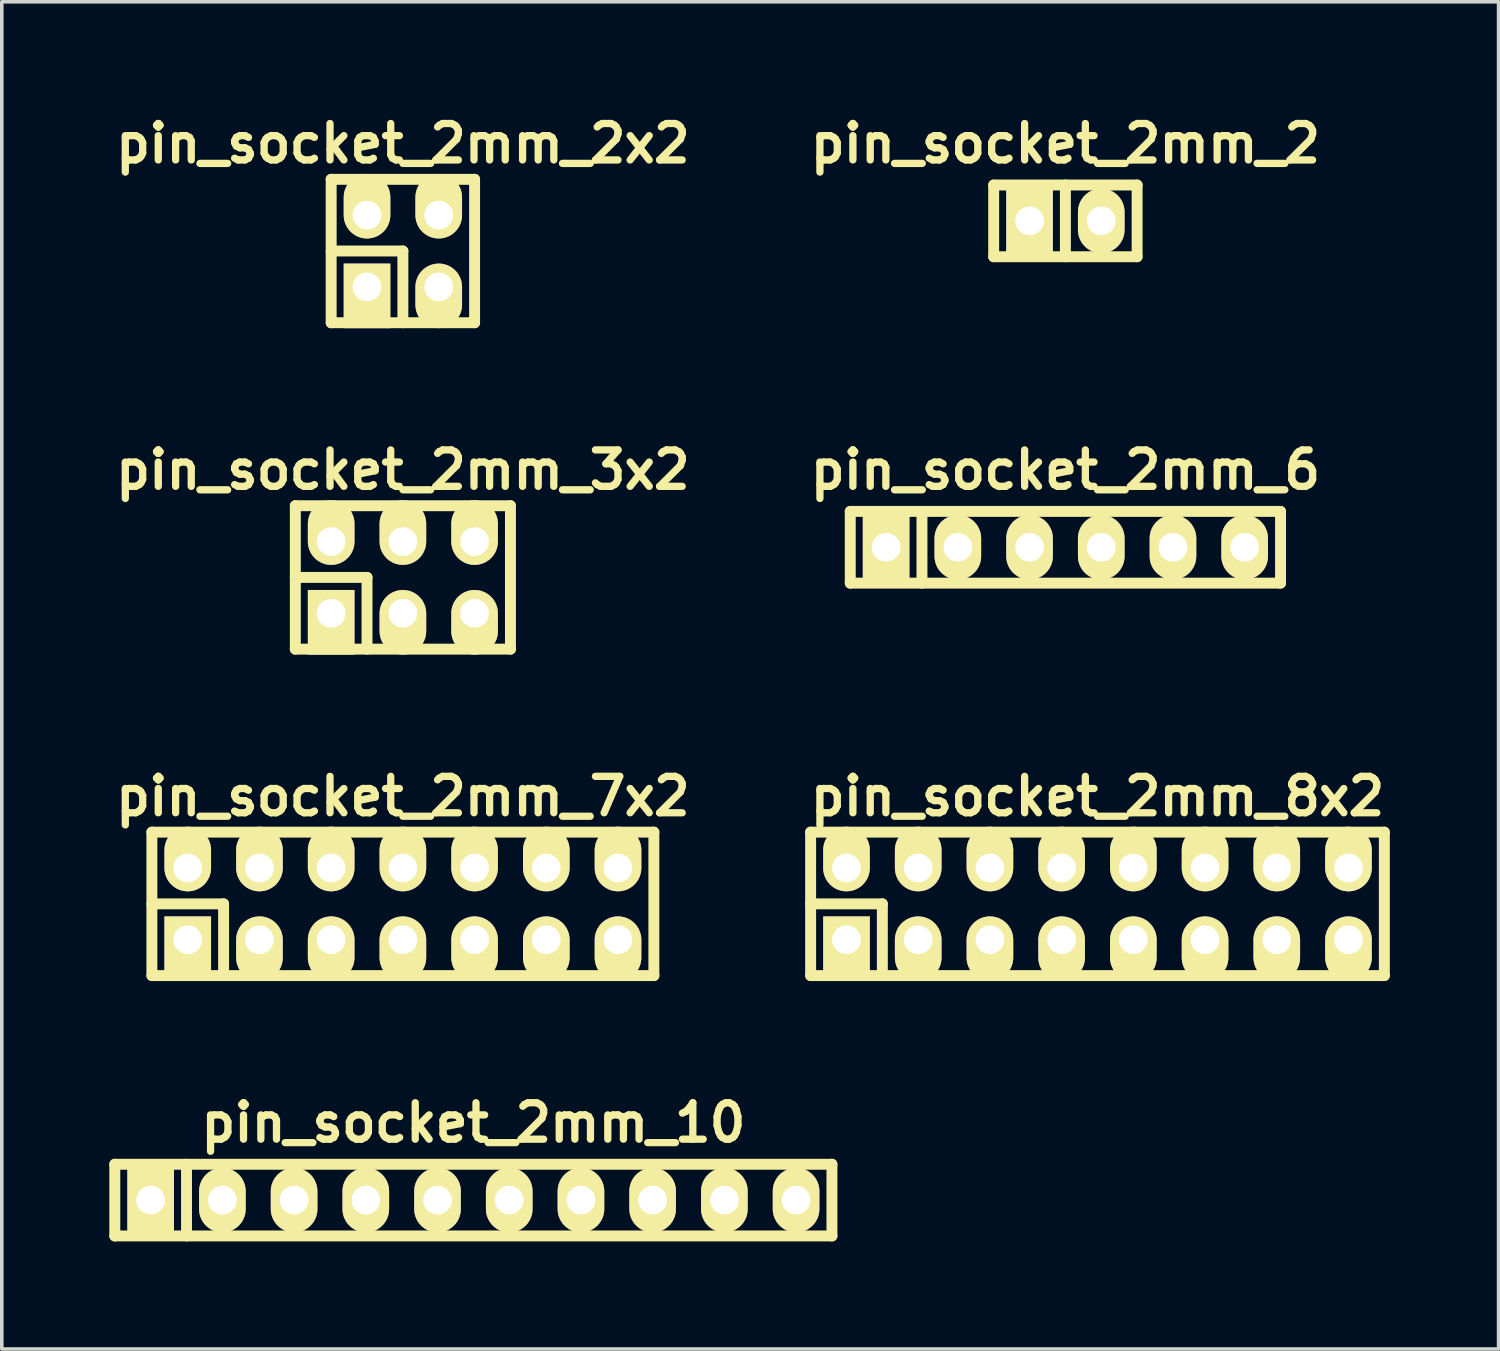
<source format=kicad_pcb>
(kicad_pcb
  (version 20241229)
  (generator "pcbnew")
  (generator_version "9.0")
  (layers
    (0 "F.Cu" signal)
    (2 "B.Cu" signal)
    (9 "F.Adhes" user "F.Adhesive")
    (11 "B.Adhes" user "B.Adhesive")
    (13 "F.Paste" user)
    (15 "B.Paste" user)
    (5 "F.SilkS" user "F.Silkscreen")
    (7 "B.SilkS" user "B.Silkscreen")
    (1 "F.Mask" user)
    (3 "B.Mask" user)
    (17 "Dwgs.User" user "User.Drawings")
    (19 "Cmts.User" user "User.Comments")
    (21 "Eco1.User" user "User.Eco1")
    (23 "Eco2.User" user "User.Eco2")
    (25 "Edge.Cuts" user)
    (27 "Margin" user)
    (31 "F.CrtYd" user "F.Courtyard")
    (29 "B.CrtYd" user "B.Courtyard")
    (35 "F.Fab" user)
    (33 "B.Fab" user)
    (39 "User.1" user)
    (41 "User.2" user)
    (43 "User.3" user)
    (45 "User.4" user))
  (footprint "pin_socket_2mm_2x2"
    (layer "F.Cu")
    (at 8.186 3.951)
    (property "Reference" "pin_socket_2mm_2x2" (at 0 -3 0) (layer "F.SilkS") (effects (font (size 1.016 1.016) (thickness 0.203))))
    (attr through_hole)
    (fp_line (start -2 -2) (end 2 -2) (stroke (width 0.305) (type solid)) (layer "F.SilkS"))
    (fp_line (start -2 0) (end 0 0) (stroke (width 0.305) (type solid)) (layer "F.SilkS"))
    (fp_line (start -2 2) (end -2 -2) (stroke (width 0.305) (type solid)) (layer "F.SilkS"))
    (fp_line (start 0 0) (end 0 2) (stroke (width 0.305) (type solid)) (layer "F.SilkS"))
    (fp_line (start 2 -2) (end 2 2) (stroke (width 0.305) (type solid)) (layer "F.SilkS"))
    (fp_line (start 2 2) (end -2 2) (stroke (width 0.305) (type solid)) (layer "F.SilkS"))
    (pad "1" thru_hole rect (at -1 1) (size 1.3 1.8) (drill 0.8 (offset 0 0.25)) (layers "*.Cu" "*.Mask" "F.SilkS"))
    (pad "2" thru_hole oval (at -1 -1) (size 1.3 1.8) (drill 0.8 (offset 0 -0.25)) (layers "*.Cu" "*.Mask" "F.SilkS"))
    (pad "3" thru_hole oval (at 1 1) (size 1.3 1.8) (drill 0.8 (offset 0 0.25)) (layers "*.Cu" "*.Mask" "F.SilkS"))
    (pad "4" thru_hole oval (at 1 -1) (size 1.3 1.8) (drill 0.8 (offset 0 -0.25)) (layers "*.Cu" "*.Mask" "F.SilkS")))
  (footprint "pin_socket_2mm_10"
    (layer "F.Cu")
    (at 10.152 30.42)
    (property "Reference" "pin_socket_2mm_10" (at 0 -2.159 0) (layer "F.SilkS") (effects (font (size 1.016 1.016) (thickness 0.203))))
    (attr through_hole)
    (fp_line (start -10 -1) (end 10 -1) (stroke (width 0.305) (type solid)) (layer "F.SilkS"))
    (fp_line (start -10 1) (end -10 -1) (stroke (width 0.305) (type solid)) (layer "F.SilkS"))
    (fp_line (start -8 -1) (end -8 1) (stroke (width 0.305) (type solid)) (layer "F.SilkS"))
    (fp_line (start 10 -1) (end 10 1) (stroke (width 0.305) (type solid)) (layer "F.SilkS"))
    (fp_line (start 10 1) (end -10 1) (stroke (width 0.305) (type solid)) (layer "F.SilkS"))
    (pad "1" thru_hole rect (at -9 0) (size 1.3 1.8) (drill 0.8) (layers "*.Cu" "*.Mask" "F.SilkS"))
    (pad "2" thru_hole oval (at -7 0) (size 1.3 1.8) (drill 0.8) (layers "*.Cu" "*.Mask" "F.SilkS"))
    (pad "3" thru_hole oval (at -5 0) (size 1.3 1.8) (drill 0.8) (layers "*.Cu" "*.Mask" "F.SilkS"))
    (pad "4" thru_hole oval (at -3 0) (size 1.3 1.8) (drill 0.8) (layers "*.Cu" "*.Mask" "F.SilkS"))
    (pad "5" thru_hole oval (at -1 0) (size 1.3 1.8) (drill 0.8) (layers "*.Cu" "*.Mask" "F.SilkS"))
    (pad "6" thru_hole oval (at 1 0) (size 1.3 1.8) (drill 0.8) (layers "*.Cu" "*.Mask" "F.SilkS"))
    (pad "7" thru_hole oval (at 3 0) (size 1.3 1.8) (drill 0.8) (layers "*.Cu" "*.Mask" "F.SilkS"))
    (pad "8" thru_hole oval (at 5 0) (size 1.3 1.8) (drill 0.8) (layers "*.Cu" "*.Mask" "F.SilkS"))
    (pad "9" thru_hole oval (at 7 0) (size 1.3 1.8) (drill 0.8) (layers "*.Cu" "*.Mask" "F.SilkS"))
    (pad "10" thru_hole oval (at 9 0) (size 1.3 1.8) (drill 0.8) (layers "*.Cu" "*.Mask" "F.SilkS")))
  (footprint "pin_socket_2mm_2"
    (layer "F.Cu")
    (at 26.663 3.11)
    (property "Reference" "pin_socket_2mm_2" (at 0 -2.159 0) (layer "F.SilkS") (effects (font (size 1.016 1.016) (thickness 0.203))))
    (attr through_hole)
    (fp_line (start -2 -1) (end 2 -1) (stroke (width 0.305) (type solid)) (layer "F.SilkS"))
    (fp_line (start -2 1) (end -2 -1) (stroke (width 0.305) (type solid)) (layer "F.SilkS"))
    (fp_line (start 0 -1) (end 0 1) (stroke (width 0.305) (type solid)) (layer "F.SilkS"))
    (fp_line (start 2 -1) (end 2 1) (stroke (width 0.305) (type solid)) (layer "F.SilkS"))
    (fp_line (start 2 1) (end -2 1) (stroke (width 0.305) (type solid)) (layer "F.SilkS"))
    (pad "1" thru_hole rect (at -1 0) (size 1.3 1.8) (drill 0.8) (layers "*.Cu" "*.Mask" "F.SilkS"))
    (pad "2" thru_hole oval (at 1 0) (size 1.3 1.8) (drill 0.8) (layers "*.Cu" "*.Mask" "F.SilkS")))
  (footprint "pin_socket_2mm_7x2"
    (layer "F.Cu")
    (at 8.186 22.158)
    (property "Reference" "pin_socket_2mm_7x2" (at 0 -3 0) (layer "F.SilkS") (effects (font (size 1.016 1.016) (thickness 0.203))))
    (attr through_hole)
    (fp_line (start -7 -2) (end 7 -2) (stroke (width 0.305) (type solid)) (layer "F.SilkS"))
    (fp_line (start -7 0) (end -5 0) (stroke (width 0.305) (type solid)) (layer "F.SilkS"))
    (fp_line (start -7 2) (end -7 -2) (stroke (width 0.305) (type solid)) (layer "F.SilkS"))
    (fp_line (start -5 0) (end -5 2) (stroke (width 0.305) (type solid)) (layer "F.SilkS"))
    (fp_line (start 7 -2) (end 7 2) (stroke (width 0.305) (type solid)) (layer "F.SilkS"))
    (fp_line (start 7 2) (end -7 2) (stroke (width 0.305) (type solid)) (layer "F.SilkS"))
    (pad "1" thru_hole rect (at -6 1) (size 1.3 1.8) (drill 0.8 (offset 0 0.25)) (layers "*.Cu" "*.Mask" "F.SilkS"))
    (pad "2" thru_hole oval (at -6 -1) (size 1.3 1.8) (drill 0.8 (offset 0 -0.25)) (layers "*.Cu" "*.Mask" "F.SilkS"))
    (pad "3" thru_hole oval (at -4 1) (size 1.3 1.8) (drill 0.8 (offset 0 0.25)) (layers "*.Cu" "*.Mask" "F.SilkS"))
    (pad "4" thru_hole oval (at -4 -1) (size 1.3 1.8) (drill 0.8 (offset 0 -0.25)) (layers "*.Cu" "*.Mask" "F.SilkS"))
    (pad "5" thru_hole oval (at -2 1) (size 1.3 1.8) (drill 0.8 (offset 0 0.25)) (layers "*.Cu" "*.Mask" "F.SilkS"))
    (pad "6" thru_hole oval (at -2 -1) (size 1.3 1.8) (drill 0.8 (offset 0 -0.25)) (layers "*.Cu" "*.Mask" "F.SilkS"))
    (pad "7" thru_hole oval (at 0 1) (size 1.3 1.8) (drill 0.8 (offset 0 0.25)) (layers "*.Cu" "*.Mask" "F.SilkS"))
    (pad "8" thru_hole oval (at 0 -1) (size 1.3 1.8) (drill 0.8 (offset 0 -0.25)) (layers "*.Cu" "*.Mask" "F.SilkS"))
    (pad "9" thru_hole oval (at 2 1) (size 1.3 1.8) (drill 0.8 (offset 0 0.25)) (layers "*.Cu" "*.Mask" "F.SilkS"))
    (pad "10" thru_hole oval (at 2 -1) (size 1.3 1.8) (drill 0.8 (offset 0 -0.25)) (layers "*.Cu" "*.Mask" "F.SilkS"))
    (pad "11" thru_hole oval (at 4 1) (size 1.3 1.8) (drill 0.8 (offset 0 0.25)) (layers "*.Cu" "*.Mask" "F.SilkS"))
    (pad "12" thru_hole oval (at 4 -1) (size 1.3 1.8) (drill 0.8 (offset 0 -0.25)) (layers "*.Cu" "*.Mask" "F.SilkS"))
    (pad "13" thru_hole oval (at 6 1) (size 1.3 1.8) (drill 0.8 (offset 0 0.25)) (layers "*.Cu" "*.Mask" "F.SilkS"))
    (pad "14" thru_hole oval (at 6 -1) (size 1.3 1.8) (drill 0.8 (offset 0 -0.25)) (layers "*.Cu" "*.Mask" "F.SilkS")))
  (footprint "pin_socket_2mm_6"
    (layer "F.Cu")
    (at 26.663 12.213)
    (property "Reference" "pin_socket_2mm_6" (at 0 -2.159 0) (layer "F.SilkS") (effects (font (size 1.016 1.016) (thickness 0.203))))
    (attr through_hole)
    (fp_line (start -6 -1) (end 6 -1) (stroke (width 0.305) (type solid)) (layer "F.SilkS"))
    (fp_line (start -6 1) (end -6 -1) (stroke (width 0.305) (type solid)) (layer "F.SilkS"))
    (fp_line (start -4 -1) (end -4 1) (stroke (width 0.305) (type solid)) (layer "F.SilkS"))
    (fp_line (start 6 -1) (end 6 1) (stroke (width 0.305) (type solid)) (layer "F.SilkS"))
    (fp_line (start 6 1) (end -6 1) (stroke (width 0.305) (type solid)) (layer "F.SilkS"))
    (pad "1" thru_hole rect (at -5 0) (size 1.3 1.8) (drill 0.8) (layers "*.Cu" "*.Mask" "F.SilkS"))
    (pad "2" thru_hole oval (at -3 0) (size 1.3 1.8) (drill 0.8) (layers "*.Cu" "*.Mask" "F.SilkS"))
    (pad "3" thru_hole oval (at -1 0) (size 1.3 1.8) (drill 0.8) (layers "*.Cu" "*.Mask" "F.SilkS"))
    (pad "4" thru_hole oval (at 1 0) (size 1.3 1.8) (drill 0.8) (layers "*.Cu" "*.Mask" "F.SilkS"))
    (pad "5" thru_hole oval (at 3 0) (size 1.3 1.8) (drill 0.8) (layers "*.Cu" "*.Mask" "F.SilkS"))
    (pad "6" thru_hole oval (at 5 0) (size 1.3 1.8) (drill 0.8) (layers "*.Cu" "*.Mask" "F.SilkS")))
  (footprint "pin_socket_2mm_8x2"
    (layer "F.Cu")
    (at 27.558 22.158)
    (property "Reference" "pin_socket_2mm_8x2" (at 0 -3 0) (layer "F.SilkS") (effects (font (size 1.016 1.016) (thickness 0.203))))
    (attr through_hole)
    (fp_line (start -8 -2) (end 8 -2) (stroke (width 0.305) (type solid)) (layer "F.SilkS"))
    (fp_line (start -8 0) (end -6 0) (stroke (width 0.305) (type solid)) (layer "F.SilkS"))
    (fp_line (start -8 2) (end -8 -2) (stroke (width 0.305) (type solid)) (layer "F.SilkS"))
    (fp_line (start -6 0) (end -6 2) (stroke (width 0.305) (type solid)) (layer "F.SilkS"))
    (fp_line (start 8 -2) (end 8 2) (stroke (width 0.305) (type solid)) (layer "F.SilkS"))
    (fp_line (start 8 2) (end -8 2) (stroke (width 0.305) (type solid)) (layer "F.SilkS"))
    (pad "1" thru_hole rect (at -7 1) (size 1.3 1.8) (drill 0.8 (offset 0 0.25)) (layers "*.Cu" "*.Mask" "F.SilkS"))
    (pad "2" thru_hole oval (at -7 -1) (size 1.3 1.8) (drill 0.8 (offset 0 -0.25)) (layers "*.Cu" "*.Mask" "F.SilkS"))
    (pad "3" thru_hole oval (at -5 1) (size 1.3 1.8) (drill 0.8 (offset 0 0.25)) (layers "*.Cu" "*.Mask" "F.SilkS"))
    (pad "4" thru_hole oval (at -5 -1) (size 1.3 1.8) (drill 0.8 (offset 0 -0.25)) (layers "*.Cu" "*.Mask" "F.SilkS"))
    (pad "5" thru_hole oval (at -3 1) (size 1.3 1.8) (drill 0.8 (offset 0 0.25)) (layers "*.Cu" "*.Mask" "F.SilkS"))
    (pad "6" thru_hole oval (at -3 -1) (size 1.3 1.8) (drill 0.8 (offset 0 -0.25)) (layers "*.Cu" "*.Mask" "F.SilkS"))
    (pad "7" thru_hole oval (at -1 1) (size 1.3 1.8) (drill 0.8 (offset 0 0.25)) (layers "*.Cu" "*.Mask" "F.SilkS"))
    (pad "8" thru_hole oval (at -1 -1) (size 1.3 1.8) (drill 0.8 (offset 0 -0.25)) (layers "*.Cu" "*.Mask" "F.SilkS"))
    (pad "9" thru_hole oval (at 1 1) (size 1.3 1.8) (drill 0.8 (offset 0 0.25)) (layers "*.Cu" "*.Mask" "F.SilkS"))
    (pad "10" thru_hole oval (at 1 -1) (size 1.3 1.8) (drill 0.8 (offset 0 -0.25)) (layers "*.Cu" "*.Mask" "F.SilkS"))
    (pad "11" thru_hole oval (at 3 1) (size 1.3 1.8) (drill 0.8 (offset 0 0.25)) (layers "*.Cu" "*.Mask" "F.SilkS"))
    (pad "12" thru_hole oval (at 3 -1) (size 1.3 1.8) (drill 0.8 (offset 0 -0.25)) (layers "*.Cu" "*.Mask" "F.SilkS"))
    (pad "13" thru_hole oval (at 5 1) (size 1.3 1.8) (drill 0.8 (offset 0 0.25)) (layers "*.Cu" "*.Mask" "F.SilkS"))
    (pad "14" thru_hole oval (at 5 -1) (size 1.3 1.8) (drill 0.8 (offset 0 -0.25)) (layers "*.Cu" "*.Mask" "F.SilkS"))
    (pad "15" thru_hole oval (at 7 1) (size 1.3 1.8) (drill 0.8 (offset 0 0.25)) (layers "*.Cu" "*.Mask" "F.SilkS"))
    (pad "16" thru_hole oval (at 7 -1) (size 1.3 1.8) (drill 0.8 (offset 0 -0.25)) (layers "*.Cu" "*.Mask" "F.SilkS")))
  (footprint "pin_socket_2mm_3x2"
    (layer "F.Cu")
    (at 8.186 13.054)
    (property "Reference" "pin_socket_2mm_3x2" (at 0 -3 0) (layer "F.SilkS") (effects (font (size 1.016 1.016) (thickness 0.203))))
    (attr through_hole)
    (fp_line (start -3 -2) (end 3 -2) (stroke (width 0.305) (type solid)) (layer "F.SilkS"))
    (fp_line (start -3 0) (end -1 0) (stroke (width 0.305) (type solid)) (layer "F.SilkS"))
    (fp_line (start -3 2) (end -3 -2) (stroke (width 0.305) (type solid)) (layer "F.SilkS"))
    (fp_line (start -1 0) (end -1 2) (stroke (width 0.305) (type solid)) (layer "F.SilkS"))
    (fp_line (start 3 -2) (end 3 2) (stroke (width 0.305) (type solid)) (layer "F.SilkS"))
    (fp_line (start 3 2) (end -3 2) (stroke (width 0.305) (type solid)) (layer "F.SilkS"))
    (pad "1" thru_hole rect (at -2 1) (size 1.3 1.8) (drill 0.8 (offset 0 0.25)) (layers "*.Cu" "*.Mask" "F.SilkS"))
    (pad "2" thru_hole oval (at -2 -1) (size 1.3 1.8) (drill 0.8 (offset 0 -0.25)) (layers "*.Cu" "*.Mask" "F.SilkS"))
    (pad "3" thru_hole oval (at 0 1) (size 1.3 1.8) (drill 0.8 (offset 0 0.25)) (layers "*.Cu" "*.Mask" "F.SilkS"))
    (pad "4" thru_hole oval (at 0 -1) (size 1.3 1.8) (drill 0.8 (offset 0 -0.25)) (layers "*.Cu" "*.Mask" "F.SilkS"))
    (pad "5" thru_hole oval (at 2 1) (size 1.3 1.8) (drill 0.8 (offset 0 0.25)) (layers "*.Cu" "*.Mask" "F.SilkS"))
    (pad "6" thru_hole oval (at 2 -1) (size 1.3 1.8) (drill 0.8 (offset 0 -0.25)) (layers "*.Cu" "*.Mask" "F.SilkS")))
  (gr_rect
    (start -3 -3)
    (end 38.744 34.573)
    (stroke (width 0.1) (type default))
    (fill no)
    (layer "Edge.Cuts")))
</source>
